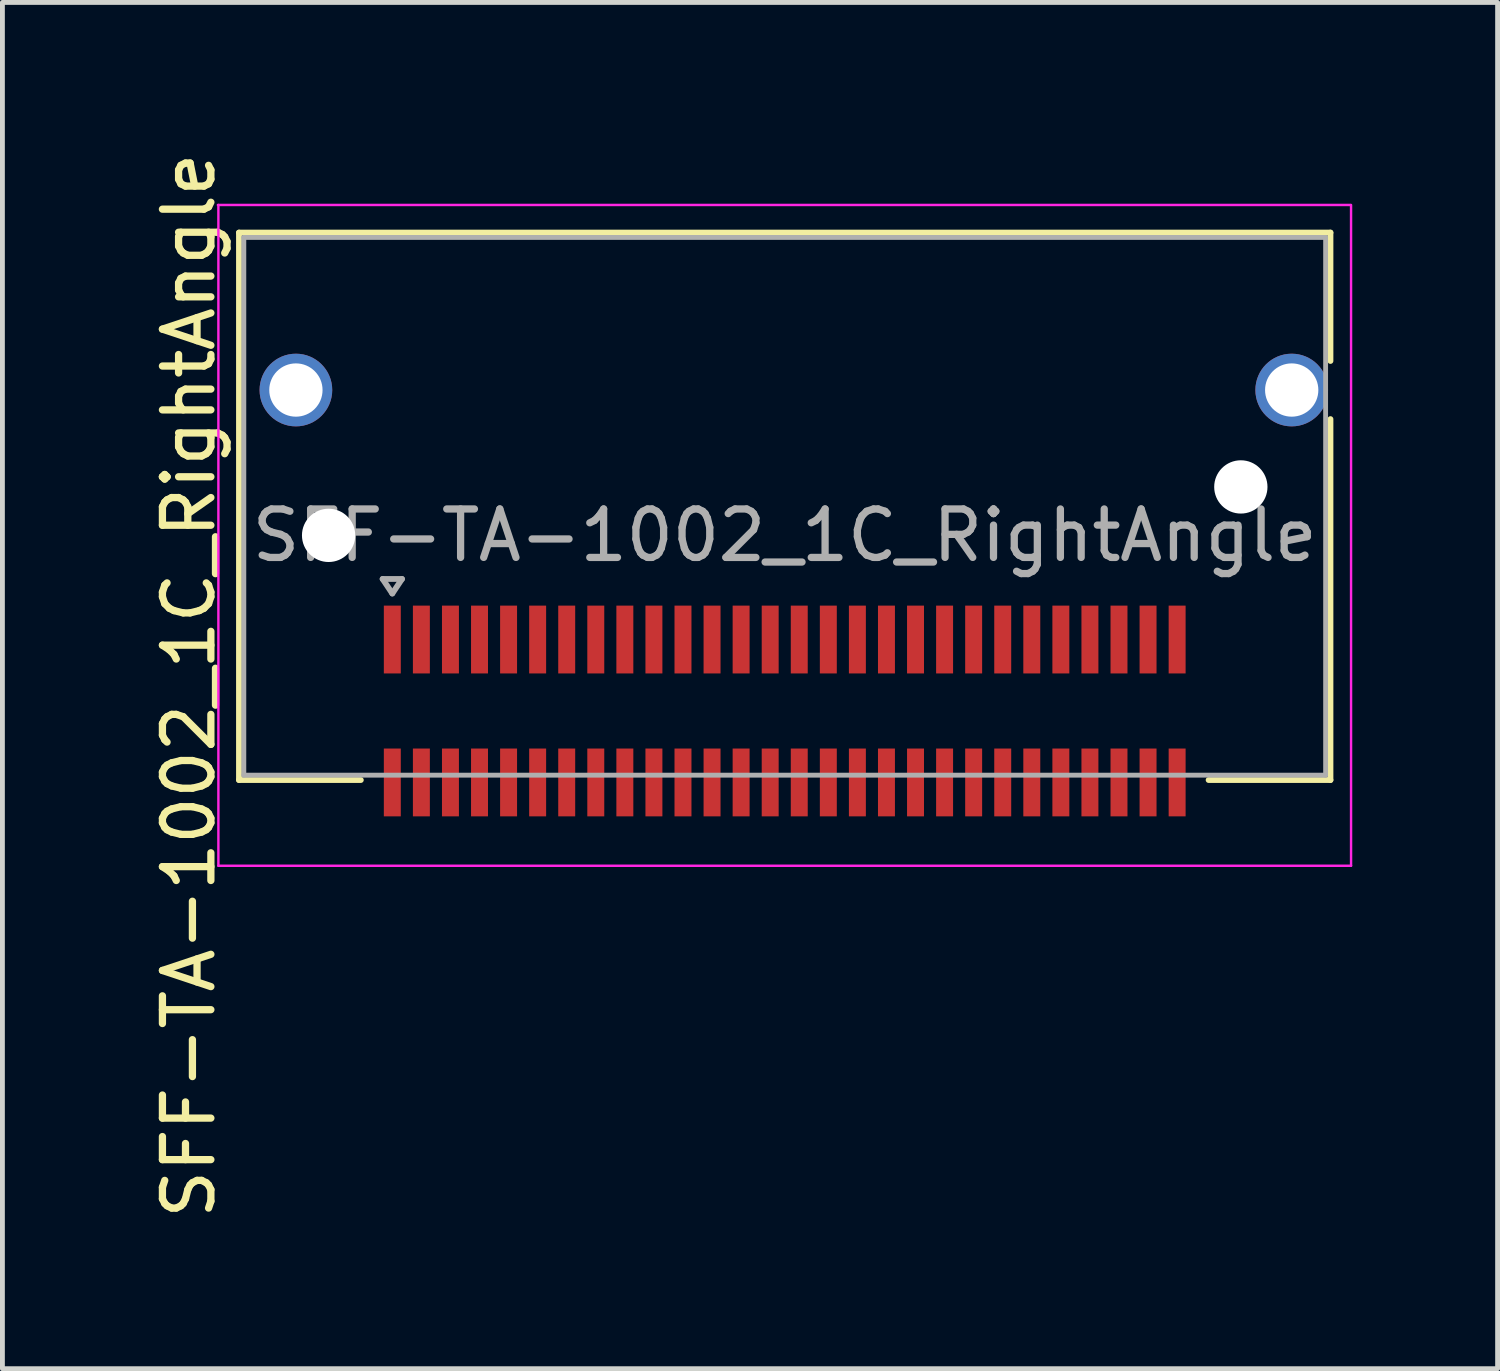
<source format=kicad_pcb>
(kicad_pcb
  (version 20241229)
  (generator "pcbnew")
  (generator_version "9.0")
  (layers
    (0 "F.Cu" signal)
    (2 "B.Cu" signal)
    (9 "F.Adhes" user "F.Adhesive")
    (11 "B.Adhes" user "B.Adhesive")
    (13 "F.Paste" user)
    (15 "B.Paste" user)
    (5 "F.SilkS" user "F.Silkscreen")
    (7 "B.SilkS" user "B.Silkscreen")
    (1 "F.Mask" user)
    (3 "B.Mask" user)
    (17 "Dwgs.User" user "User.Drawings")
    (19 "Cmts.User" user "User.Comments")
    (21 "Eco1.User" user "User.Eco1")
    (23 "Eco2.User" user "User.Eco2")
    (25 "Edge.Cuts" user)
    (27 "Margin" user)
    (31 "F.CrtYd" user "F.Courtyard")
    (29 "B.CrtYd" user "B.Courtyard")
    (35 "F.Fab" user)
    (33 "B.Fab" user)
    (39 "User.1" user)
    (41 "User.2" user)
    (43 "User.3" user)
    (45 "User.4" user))
  (footprint "SFF-TA-1002_1C_RightAngle"
    (layer "F.Cu")
    (at 13.148 8.001)
    (property "Reference" "SFF-TA-1002_1C_RightAngle" (at -12.3 3.1 90) (layer "F.SilkS") (effects (font (size 1 1) (thickness 0.15))))
    (attr smd)
    (fp_line (start -11.265 -6.25) (end 11.265 -6.25) (stroke (width 0.12) (type solid)) (layer "F.SilkS"))
    (fp_line (start -11.265 5.05) (end -11.265 -6.25) (stroke (width 0.12) (type solid)) (layer "F.SilkS"))
    (fp_line (start -11.265 5.05) (end -8.75 5.05) (stroke (width 0.12) (type solid)) (layer "F.SilkS"))
    (fp_line (start 8.75 5.05) (end 11.265 5.05) (stroke (width 0.12) (type solid)) (layer "F.SilkS"))
    (fp_line (start 11.265 -6.25) (end 11.265 -3.6) (stroke (width 0.12) (type solid)) (layer "F.SilkS"))
    (fp_line (start 11.265 -2.4) (end 11.265 5.05) (stroke (width 0.12) (type solid)) (layer "F.SilkS"))
    (fp_line (start -11.7 -6.82) (end 11.68 -6.82) (stroke (width 0.05) (type solid)) (layer "F.CrtYd"))
    (fp_line (start -11.69 6.82) (end -11.69 -6.82) (stroke (width 0.05) (type solid)) (layer "F.CrtYd"))
    (fp_line (start 11.69 -6.82) (end 11.69 6.82) (stroke (width 0.05) (type solid)) (layer "F.CrtYd"))
    (fp_line (start 11.69 6.82) (end -11.69 6.82) (stroke (width 0.05) (type solid)) (layer "F.CrtYd"))
    (fp_line (start -11.165 -6.15) (end 11.165 -6.15) (stroke (width 0.1) (type solid)) (layer "F.Fab"))
    (fp_line (start -11.165 4.95) (end -11.165 -6.15) (stroke (width 0.1) (type solid)) (layer "F.Fab"))
    (fp_line (start -11.165 4.95) (end 11.165 4.95) (stroke (width 0.1) (type solid)) (layer "F.Fab"))
    (fp_line (start -8.3 0.9) (end -7.9 0.9) (stroke (width 0.12) (type solid)) (layer "F.Fab"))
    (fp_line (start -8.1 1.2) (end -8.3 0.9) (stroke (width 0.12) (type solid)) (layer "F.Fab"))
    (fp_line (start -7.9 0.9) (end -8.1 1.2) (stroke (width 0.12) (type solid)) (layer "F.Fab"))
    (fp_line (start 11.165 -6.15) (end 11.165 4.95) (stroke (width 0.1) (type solid)) (layer "F.Fab"))
    (fp_text user "${REFERENCE}" (at 0 0 0) (layer "F.Fab") (effects (font (size 1 1) (thickness 0.15))))
    (pad "" thru_hole circle (at -10.09 -3) (size 1.5 1.5) (drill 1.1) (layers "*.Cu" "*.Mask"))
    (pad "" np_thru_hole circle (at -9.415 0) (size 1.1 1.1) (drill 1.1) (layers "*.Cu" "*.Mask"))
    (pad "" np_thru_hole circle (at 9.415 -1) (size 1.1 1.1) (drill 1.1) (layers "*.Cu" "*.Mask"))
    (pad "" thru_hole circle (at 10.465 -3) (size 1.5 1.5) (drill 1.1) (layers "*.Cu" "*.Mask"))
    (pad "A1" smd rect (at -8.1 2.15) (size 0.35 1.4) (layers "F.Cu" "F.Mask" "F.Paste"))
    (pad "A2" smd rect (at -7.5 2.15) (size 0.35 1.4) (layers "F.Cu" "F.Mask" "F.Paste"))
    (pad "A3" smd rect (at -6.9 2.15) (size 0.35 1.4) (layers "F.Cu" "F.Mask" "F.Paste"))
    (pad "A4" smd rect (at -6.3 2.15) (size 0.35 1.4) (layers "F.Cu" "F.Mask" "F.Paste"))
    (pad "A5" smd rect (at -5.7 2.15) (size 0.35 1.4) (layers "F.Cu" "F.Mask" "F.Paste"))
    (pad "A6" smd rect (at -5.1 2.15) (size 0.35 1.4) (layers "F.Cu" "F.Mask" "F.Paste"))
    (pad "A7" smd rect (at -4.5 2.15) (size 0.35 1.4) (layers "F.Cu" "F.Mask" "F.Paste"))
    (pad "A8" smd rect (at -3.9 2.15) (size 0.35 1.4) (layers "F.Cu" "F.Mask" "F.Paste"))
    (pad "A9" smd rect (at -3.3 2.15) (size 0.35 1.4) (layers "F.Cu" "F.Mask" "F.Paste"))
    (pad "A10" smd rect (at -2.7 2.15) (size 0.35 1.4) (layers "F.Cu" "F.Mask" "F.Paste"))
    (pad "A11" smd rect (at -2.1 2.15) (size 0.35 1.4) (layers "F.Cu" "F.Mask" "F.Paste"))
    (pad "A12" smd rect (at -1.5 2.15) (size 0.35 1.4) (layers "F.Cu" "F.Mask" "F.Paste"))
    (pad "A13" smd rect (at -0.9 2.15) (size 0.35 1.4) (layers "F.Cu" "F.Mask" "F.Paste"))
    (pad "A14" smd rect (at -0.3 2.15) (size 0.35 1.4) (layers "F.Cu" "F.Mask" "F.Paste"))
    (pad "A15" smd rect (at 0.3 2.15) (size 0.35 1.4) (layers "F.Cu" "F.Mask" "F.Paste"))
    (pad "A16" smd rect (at 0.9 2.15) (size 0.35 1.4) (layers "F.Cu" "F.Mask" "F.Paste"))
    (pad "A17" smd rect (at 1.5 2.15) (size 0.35 1.4) (layers "F.Cu" "F.Mask" "F.Paste"))
    (pad "A18" smd rect (at 2.1 2.15) (size 0.35 1.4) (layers "F.Cu" "F.Mask" "F.Paste"))
    (pad "A19" smd rect (at 2.7 2.15) (size 0.35 1.4) (layers "F.Cu" "F.Mask" "F.Paste"))
    (pad "A20" smd rect (at 3.3 2.15) (size 0.35 1.4) (layers "F.Cu" "F.Mask" "F.Paste"))
    (pad "A21" smd rect (at 3.9 2.15) (size 0.35 1.4) (layers "F.Cu" "F.Mask" "F.Paste"))
    (pad "A22" smd rect (at 4.5 2.15) (size 0.35 1.4) (layers "F.Cu" "F.Mask" "F.Paste"))
    (pad "A23" smd rect (at 5.1 2.15) (size 0.35 1.4) (layers "F.Cu" "F.Mask" "F.Paste"))
    (pad "A24" smd rect (at 5.7 2.15) (size 0.35 1.4) (layers "F.Cu" "F.Mask" "F.Paste"))
    (pad "A25" smd rect (at 6.3 2.15) (size 0.35 1.4) (layers "F.Cu" "F.Mask" "F.Paste"))
    (pad "A26" smd rect (at 6.9 2.15) (size 0.35 1.4) (layers "F.Cu" "F.Mask" "F.Paste"))
    (pad "A27" smd rect (at 7.5 2.15) (size 0.35 1.4) (layers "F.Cu" "F.Mask" "F.Paste"))
    (pad "A28" smd rect (at 8.1 2.15) (size 0.35 1.4) (layers "F.Cu" "F.Mask" "F.Paste"))
    (pad "B1" smd rect (at -8.1 5.1) (size 0.35 1.4) (layers "F.Cu" "F.Mask" "F.Paste"))
    (pad "B2" smd rect (at -7.5 5.1) (size 0.35 1.4) (layers "F.Cu" "F.Mask" "F.Paste"))
    (pad "B3" smd rect (at -6.9 5.1) (size 0.35 1.4) (layers "F.Cu" "F.Mask" "F.Paste"))
    (pad "B4" smd rect (at -6.3 5.1) (size 0.35 1.4) (layers "F.Cu" "F.Mask" "F.Paste"))
    (pad "B5" smd rect (at -5.7 5.1) (size 0.35 1.4) (layers "F.Cu" "F.Mask" "F.Paste"))
    (pad "B6" smd rect (at -5.1 5.1) (size 0.35 1.4) (layers "F.Cu" "F.Mask" "F.Paste"))
    (pad "B7" smd rect (at -4.5 5.1) (size 0.35 1.4) (layers "F.Cu" "F.Mask" "F.Paste"))
    (pad "B8" smd rect (at -3.9 5.1) (size 0.35 1.4) (layers "F.Cu" "F.Mask" "F.Paste"))
    (pad "B9" smd rect (at -3.3 5.1) (size 0.35 1.4) (layers "F.Cu" "F.Mask" "F.Paste"))
    (pad "B10" smd rect (at -2.7 5.1) (size 0.35 1.4) (layers "F.Cu" "F.Mask" "F.Paste"))
    (pad "B11" smd rect (at -2.1 5.1) (size 0.35 1.4) (layers "F.Cu" "F.Mask" "F.Paste"))
    (pad "B12" smd rect (at -1.5 5.1) (size 0.35 1.4) (layers "F.Cu" "F.Mask" "F.Paste"))
    (pad "B13" smd rect (at -0.9 5.1) (size 0.35 1.4) (layers "F.Cu" "F.Mask" "F.Paste"))
    (pad "B14" smd rect (at -0.3 5.1) (size 0.35 1.4) (layers "F.Cu" "F.Mask" "F.Paste"))
    (pad "B15" smd rect (at 0.3 5.1) (size 0.35 1.4) (layers "F.Cu" "F.Mask" "F.Paste"))
    (pad "B16" smd rect (at 0.9 5.1) (size 0.35 1.4) (layers "F.Cu" "F.Mask" "F.Paste"))
    (pad "B17" smd rect (at 1.5 5.1) (size 0.35 1.4) (layers "F.Cu" "F.Mask" "F.Paste"))
    (pad "B18" smd rect (at 2.1 5.1) (size 0.35 1.4) (layers "F.Cu" "F.Mask" "F.Paste"))
    (pad "B19" smd rect (at 2.7 5.1) (size 0.35 1.4) (layers "F.Cu" "F.Mask" "F.Paste"))
    (pad "B20" smd rect (at 3.3 5.1) (size 0.35 1.4) (layers "F.Cu" "F.Mask" "F.Paste"))
    (pad "B21" smd rect (at 3.9 5.1) (size 0.35 1.4) (layers "F.Cu" "F.Mask" "F.Paste"))
    (pad "B22" smd rect (at 4.5 5.1) (size 0.35 1.4) (layers "F.Cu" "F.Mask" "F.Paste"))
    (pad "B23" smd rect (at 5.1 5.1) (size 0.35 1.4) (layers "F.Cu" "F.Mask" "F.Paste"))
    (pad "B24" smd rect (at 5.7 5.1) (size 0.35 1.4) (layers "F.Cu" "F.Mask" "F.Paste"))
    (pad "B25" smd rect (at 6.3 5.1) (size 0.35 1.4) (layers "F.Cu" "F.Mask" "F.Paste"))
    (pad "B26" smd rect (at 6.9 5.1) (size 0.35 1.4) (layers "F.Cu" "F.Mask" "F.Paste"))
    (pad "B27" smd rect (at 7.5 5.1) (size 0.35 1.4) (layers "F.Cu" "F.Mask" "F.Paste"))
    (pad "B28" smd rect (at 8.1 5.1) (size 0.35 1.4) (layers "F.Cu" "F.Mask" "F.Paste")))
  (gr_rect
    (start -3 -3)
    (end 27.863 25.202)
    (stroke (width 0.1) (type default))
    (fill no)
    (layer "Edge.Cuts")))
</source>
